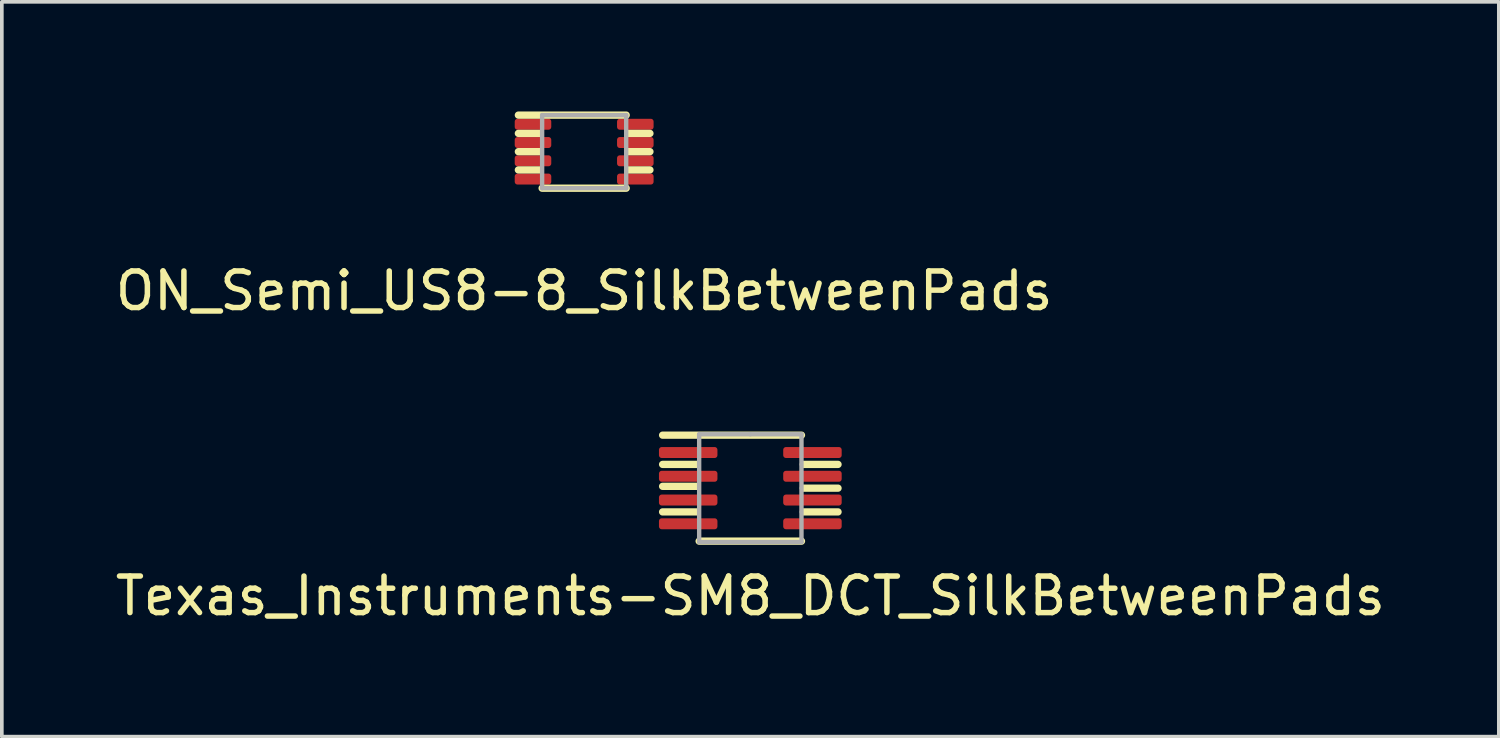
<source format=kicad_pcb>
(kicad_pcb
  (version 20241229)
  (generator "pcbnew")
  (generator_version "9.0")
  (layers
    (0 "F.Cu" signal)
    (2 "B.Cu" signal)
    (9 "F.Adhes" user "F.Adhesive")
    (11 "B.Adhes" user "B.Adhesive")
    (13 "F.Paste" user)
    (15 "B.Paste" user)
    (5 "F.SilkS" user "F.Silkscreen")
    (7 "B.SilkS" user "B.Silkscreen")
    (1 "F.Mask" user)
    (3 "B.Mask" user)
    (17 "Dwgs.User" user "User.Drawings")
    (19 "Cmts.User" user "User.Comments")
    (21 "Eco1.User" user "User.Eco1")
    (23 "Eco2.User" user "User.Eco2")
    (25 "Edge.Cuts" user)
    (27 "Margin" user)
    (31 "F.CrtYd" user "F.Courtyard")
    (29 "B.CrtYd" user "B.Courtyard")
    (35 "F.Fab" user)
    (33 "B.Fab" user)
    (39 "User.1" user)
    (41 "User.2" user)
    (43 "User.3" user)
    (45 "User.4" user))
  (footprint "ON_Semi_US8-8_SilkBetweenPads"
    (layer "F.Cu")
    (at 12.935 1.1)
    (property "Reference" "ON_Semi_US8-8_SilkBetweenPads" (at 0 3.81 0) (layer "F.SilkS") (effects (font (size 1 1) (thickness 0.15))))
    (attr through_hole)
    (fp_line (start -1.2 -0.5) (end -1.8 -0.5) (stroke (width 0.2) (type solid)) (layer "F.SilkS"))
    (fp_line (start -1.2 0) (end -1.8 0) (stroke (width 0.2) (type solid)) (layer "F.SilkS"))
    (fp_line (start -1.2 0.5) (end -1.8 0.5) (stroke (width 0.2) (type solid)) (layer "F.SilkS"))
    (fp_line (start 1.15 -1) (end -1.8 -1) (stroke (width 0.2) (type solid)) (layer "F.SilkS"))
    (fp_line (start 1.15 1) (end -1.15 1) (stroke (width 0.2) (type solid)) (layer "F.SilkS"))
    (fp_line (start 1.8 -0.5) (end 1.2 -0.5) (stroke (width 0.2) (type solid)) (layer "F.SilkS"))
    (fp_line (start 1.8 0) (end 1.2 0) (stroke (width 0.2) (type solid)) (layer "F.SilkS"))
    (fp_line (start 1.8 0.5) (end 1.2 0.5) (stroke (width 0.2) (type solid)) (layer "F.SilkS"))
    (fp_line (start -1.15 -1) (end -1.15 1) (stroke (width 0.12) (type solid)) (layer "F.Fab"))
    (fp_line (start -1.15 1) (end 1.15 1) (stroke (width 0.12) (type solid)) (layer "F.Fab"))
    (fp_line (start 1.15 -1) (end -1.15 -1) (stroke (width 0.12) (type solid)) (layer "F.Fab"))
    (fp_line (start 1.15 1) (end 1.15 -1) (stroke (width 0.12) (type solid)) (layer "F.Fab"))
    (pad "1" smd roundrect (at -1.4 -0.75) (size 1 0.3) (layers "F.Cu" "F.Mask" "F.Paste") (roundrect_rratio 0.25))
    (pad "2" smd roundrect (at -1.4 -0.25) (size 1 0.3) (layers "F.Cu" "F.Mask" "F.Paste") (roundrect_rratio 0.25))
    (pad "3" smd roundrect (at -1.4 0.25) (size 1 0.3) (layers "F.Cu" "F.Mask" "F.Paste") (roundrect_rratio 0.25))
    (pad "4" smd roundrect (at -1.4 0.75) (size 1 0.3) (layers "F.Cu" "F.Mask" "F.Paste") (roundrect_rratio 0.25))
    (pad "5" smd roundrect (at 1.4 0.75) (size 1 0.3) (layers "F.Cu" "F.Mask" "F.Paste") (roundrect_rratio 0.25))
    (pad "6" smd roundrect (at 1.4 0.25) (size 1 0.3) (layers "F.Cu" "F.Mask" "F.Paste") (roundrect_rratio 0.25))
    (pad "7" smd roundrect (at 1.4 -0.25) (size 1 0.3) (layers "F.Cu" "F.Mask" "F.Paste") (roundrect_rratio 0.25))
    (pad "8" smd roundrect (at 1.4 -0.75) (size 1 0.3) (layers "F.Cu" "F.Mask" "F.Paste") (roundrect_rratio 0.25)))
  (footprint "Texas_Instruments-SM8_DCT_SilkBetweenPads"
    (layer "F.Cu")
    (at 17.482 10.308)
    (property "Reference" "Texas_Instruments-SM8_DCT_SilkBetweenPads" (at 0 2.95 0) (layer "F.SilkS") (effects (font (size 1 1) (thickness 0.15))))
    (attr through_hole)
    (fp_line (start -2.4 -1.45) (end 1.4 -1.45) (stroke (width 0.2) (type solid)) (layer "F.SilkS"))
    (fp_line (start -2.4 -0.65) (end -1.45 -0.65) (stroke (width 0.2) (type solid)) (layer "F.SilkS"))
    (fp_line (start -2.4 -0.05) (end -1.45 -0.05) (stroke (width 0.2) (type solid)) (layer "F.SilkS"))
    (fp_line (start -2.4 0.65) (end -1.45 0.65) (stroke (width 0.2) (type solid)) (layer "F.SilkS"))
    (fp_line (start -1.4 1.45) (end 1.4 1.45) (stroke (width 0.2) (type solid)) (layer "F.SilkS"))
    (fp_line (start 1.45 -0.65) (end 2.4 -0.65) (stroke (width 0.2) (type solid)) (layer "F.SilkS"))
    (fp_line (start 1.45 0) (end 2.4 0) (stroke (width 0.2) (type solid)) (layer "F.SilkS"))
    (fp_line (start 1.45 0.65) (end 2.4 0.65) (stroke (width 0.2) (type solid)) (layer "F.SilkS"))
    (fp_line (start -1.4 -1.475) (end -1.4 1.475) (stroke (width 0.12) (type solid)) (layer "F.Fab"))
    (fp_line (start -1.4 1.475) (end 1.4 1.475) (stroke (width 0.12) (type solid)) (layer "F.Fab"))
    (fp_line (start 0 -1.475) (end -1.4 -1.475) (stroke (width 0.12) (type solid)) (layer "F.Fab"))
    (fp_line (start 1.4 -1.475) (end 0 -1.475) (stroke (width 0.12) (type solid)) (layer "F.Fab"))
    (fp_line (start 1.4 1.475) (end 1.4 -1.475) (stroke (width 0.12) (type solid)) (layer "F.Fab"))
    (pad "1" smd roundrect (at -1.7 -0.975) (size 1.6 0.3) (layers "F.Cu" "F.Mask" "F.Paste") (roundrect_rratio 0.25))
    (pad "2" smd roundrect (at -1.7 -0.325) (size 1.6 0.3) (layers "F.Cu" "F.Mask" "F.Paste") (roundrect_rratio 0.25))
    (pad "3" smd roundrect (at -1.7 0.325) (size 1.6 0.3) (layers "F.Cu" "F.Mask" "F.Paste") (roundrect_rratio 0.25))
    (pad "4" smd roundrect (at -1.7 0.975) (size 1.6 0.3) (layers "F.Cu" "F.Mask" "F.Paste") (roundrect_rratio 0.25))
    (pad "5" smd roundrect (at 1.7 0.975) (size 1.6 0.3) (layers "F.Cu" "F.Mask" "F.Paste") (roundrect_rratio 0.25))
    (pad "6" smd roundrect (at 1.7 0.325) (size 1.6 0.3) (layers "F.Cu" "F.Mask" "F.Paste") (roundrect_rratio 0.25))
    (pad "7" smd roundrect (at 1.7 -0.325) (size 1.6 0.3) (layers "F.Cu" "F.Mask" "F.Paste") (roundrect_rratio 0.25))
    (pad "8" smd roundrect (at 1.7 -0.975) (size 1.6 0.3) (layers "F.Cu" "F.Mask" "F.Paste") (roundrect_rratio 0.25)))
  (gr_rect
    (start -3 -3)
    (end 37.964 17.107)
    (stroke (width 0.1) (type default))
    (fill no)
    (layer "Edge.Cuts")))
</source>
